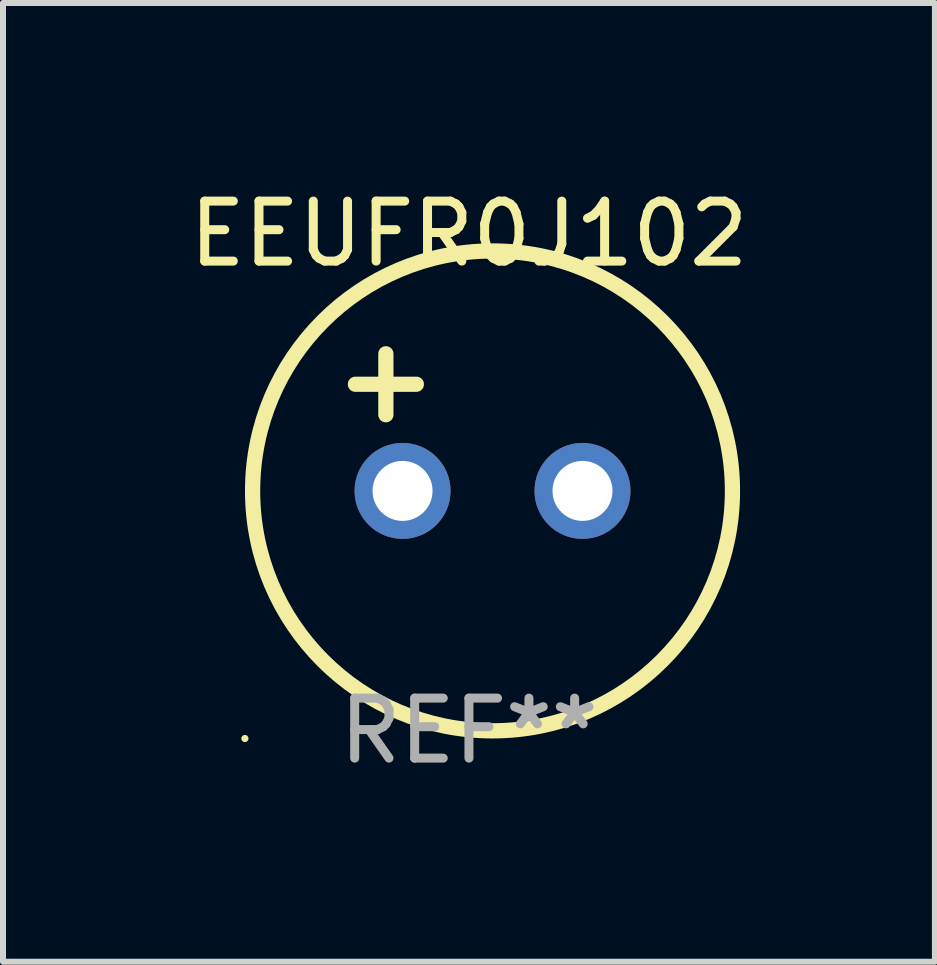
<source format=kicad_pcb>
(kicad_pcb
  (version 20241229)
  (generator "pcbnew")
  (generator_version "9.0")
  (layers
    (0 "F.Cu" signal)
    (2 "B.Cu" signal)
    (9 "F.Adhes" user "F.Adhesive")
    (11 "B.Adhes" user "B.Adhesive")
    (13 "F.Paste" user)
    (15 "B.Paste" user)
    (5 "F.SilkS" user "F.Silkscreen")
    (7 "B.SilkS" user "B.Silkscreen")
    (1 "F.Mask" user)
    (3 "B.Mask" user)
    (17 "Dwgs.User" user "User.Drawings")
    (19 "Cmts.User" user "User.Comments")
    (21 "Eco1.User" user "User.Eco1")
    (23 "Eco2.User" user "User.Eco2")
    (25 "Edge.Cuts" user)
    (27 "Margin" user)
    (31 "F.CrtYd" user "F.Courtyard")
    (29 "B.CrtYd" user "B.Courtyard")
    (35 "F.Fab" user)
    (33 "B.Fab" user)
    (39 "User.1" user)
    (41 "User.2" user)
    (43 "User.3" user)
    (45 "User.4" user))
  (footprint "EEUFR0J102"
    (layer "F.Cu")
    (at 4.768 3.991)
    (property "Reference" "EEUFR0J102" (at 0 -3.143 0) (layer "F.SilkS") (effects (font (size 1 1) (thickness 0.15))))
    (attr through_hole)
    (fp_line (start -1.893 -0.635) (end -0.877 -0.635) (stroke (width 0.254) (type solid)) (layer "F.SilkS"))
    (fp_line (start -1.385 -1.143) (end -1.385 -0.127) (stroke (width 0.254) (type solid)) (layer "F.SilkS"))
    (fp_circle (center -3.735 5.271) (end -3.705 5.271) (stroke (width 0.06) (type solid)) (fill no) (layer "F.SilkS"))
    (fp_circle (center 0.393 1.143) (end 4.393 1.143) (stroke (width 0.254) (type solid)) (fill no) (layer "F.SilkS"))
    (fp_text user "REF**" (at 0 5.143 0) (layer "F.Fab") (effects (font (size 1 1) (thickness 0.15))))
    (pad "1" thru_hole circle (at -1.107 1.143) (size 1.6 1.6) (drill 1) (layers "*.Cu" "*.Mask"))
    (pad "2" thru_hole circle (at 1.893 1.143) (size 1.6 1.6) (drill 1) (layers "*.Cu" "*.Mask")))
  (gr_rect
    (start -3 -3)
    (end 12.536 12.983)
    (stroke (width 0.1) (type default))
    (fill no)
    (layer "Edge.Cuts")))
</source>
